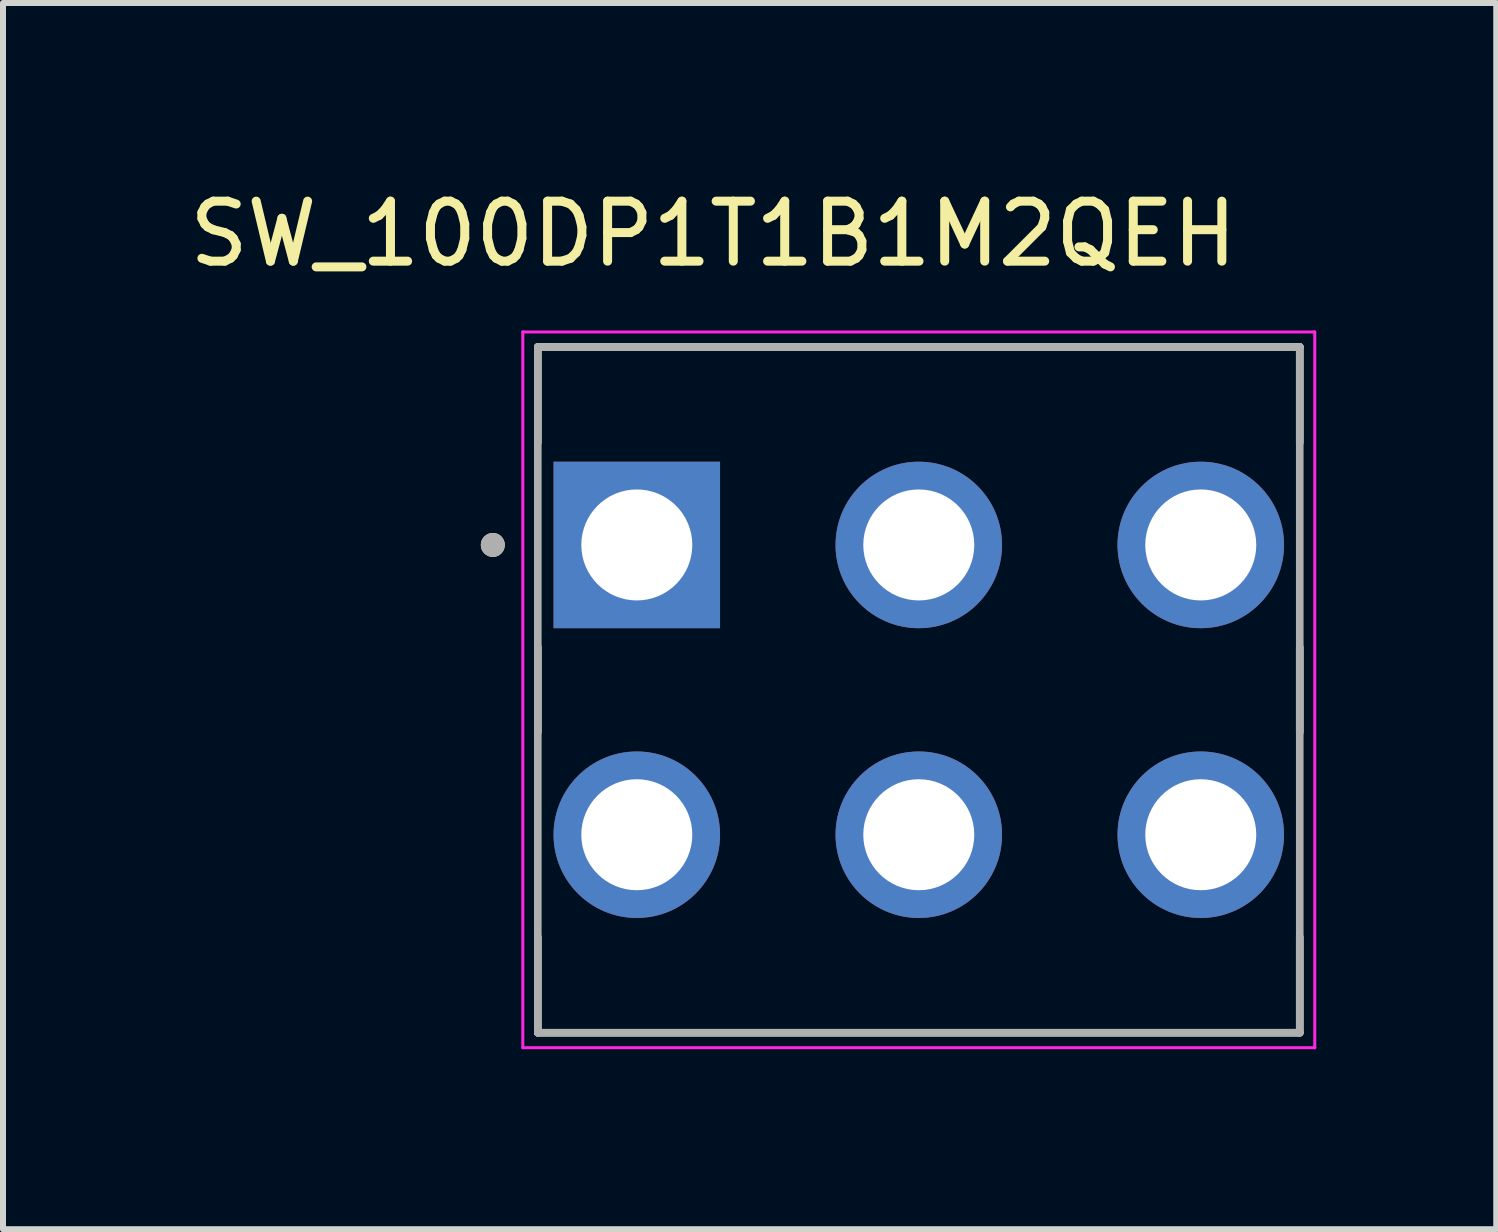
<source format=kicad_pcb>
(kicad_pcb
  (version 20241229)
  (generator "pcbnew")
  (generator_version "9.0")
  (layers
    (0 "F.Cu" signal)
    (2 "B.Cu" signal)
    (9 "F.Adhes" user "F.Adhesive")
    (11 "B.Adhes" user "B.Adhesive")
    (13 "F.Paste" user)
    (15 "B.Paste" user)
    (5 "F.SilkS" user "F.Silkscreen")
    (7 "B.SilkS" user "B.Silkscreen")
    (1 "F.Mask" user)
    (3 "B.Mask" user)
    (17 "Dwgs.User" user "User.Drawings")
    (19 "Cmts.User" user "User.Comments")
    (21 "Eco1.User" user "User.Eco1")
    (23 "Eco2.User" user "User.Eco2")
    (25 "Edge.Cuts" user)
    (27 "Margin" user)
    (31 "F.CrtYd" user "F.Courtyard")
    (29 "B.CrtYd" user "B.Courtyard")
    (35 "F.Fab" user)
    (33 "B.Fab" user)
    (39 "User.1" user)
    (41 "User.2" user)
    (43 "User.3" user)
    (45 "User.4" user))
  (footprint "SW_100DP1T1B1M2QEH"
    (layer "F.Cu")
    (at 12.264 8.448)
    (property "Reference" "SW_100DP1T1B1M2QEH" (at -3.425 -7.6 0) (layer "F.SilkS") (effects (font (size 1 1) (thickness 0.15))))
    (attr through_hole)
    (fp_line (start -6.35 -5.715) (end 6.35 -5.715) (stroke (width 0.127) (type solid)) (layer "F.SilkS"))
    (fp_line (start -6.35 -4.122) (end -6.35 -5.715) (stroke (width 0.127) (type solid)) (layer "F.SilkS"))
    (fp_line (start -6.35 -0.708) (end -6.35 0.708) (stroke (width 0.127) (type solid)) (layer "F.SilkS"))
    (fp_line (start -6.35 5.715) (end -6.35 4.122) (stroke (width 0.127) (type solid)) (layer "F.SilkS"))
    (fp_line (start 6.35 -5.715) (end 6.35 -4.122) (stroke (width 0.127) (type solid)) (layer "F.SilkS"))
    (fp_line (start 6.35 -0.708) (end 6.35 0.708) (stroke (width 0.127) (type solid)) (layer "F.SilkS"))
    (fp_line (start 6.35 5.715) (end -6.35 5.715) (stroke (width 0.127) (type solid)) (layer "F.SilkS"))
    (fp_line (start 6.35 5.715) (end 6.35 4.122) (stroke (width 0.127) (type solid)) (layer "F.SilkS"))
    (fp_circle (center -7.1 -2.415) (end -7 -2.415) (stroke (width 0.2) (type solid)) (fill no) (layer "F.SilkS"))
    (fp_line (start -6.6 -5.965) (end -6.6 5.965) (stroke (width 0.05) (type solid)) (layer "F.CrtYd"))
    (fp_line (start -6.6 5.965) (end 6.6 5.965) (stroke (width 0.05) (type solid)) (layer "F.CrtYd"))
    (fp_line (start 6.6 -5.965) (end -6.6 -5.965) (stroke (width 0.05) (type solid)) (layer "F.CrtYd"))
    (fp_line (start 6.6 5.965) (end 6.6 -5.965) (stroke (width 0.05) (type solid)) (layer "F.CrtYd"))
    (fp_line (start -6.35 -5.715) (end 6.35 -5.715) (stroke (width 0.127) (type solid)) (layer "F.Fab"))
    (fp_line (start -6.35 5.715) (end -6.35 -5.715) (stroke (width 0.127) (type solid)) (layer "F.Fab"))
    (fp_line (start 6.35 -5.715) (end 6.35 5.715) (stroke (width 0.127) (type solid)) (layer "F.Fab"))
    (fp_line (start 6.35 5.715) (end -6.35 5.715) (stroke (width 0.127) (type solid)) (layer "F.Fab"))
    (fp_circle (center -7.1 -2.415) (end -7 -2.415) (stroke (width 0.2) (type solid)) (fill no) (layer "F.Fab"))
    (pad "1" thru_hole rect (at -4.7 -2.415) (size 2.775 2.775) (drill 1.85) (layers "*.Cu" "*.Mask"))
    (pad "2" thru_hole circle (at 0 -2.415) (size 2.775 2.775) (drill 1.85) (layers "*.Cu" "*.Mask"))
    (pad "3" thru_hole circle (at 4.7 -2.415) (size 2.775 2.775) (drill 1.85) (layers "*.Cu" "*.Mask"))
    (pad "4" thru_hole circle (at -4.7 2.415) (size 2.775 2.775) (drill 1.85) (layers "*.Cu" "*.Mask"))
    (pad "5" thru_hole circle (at 0 2.415) (size 2.775 2.775) (drill 1.85) (layers "*.Cu" "*.Mask"))
    (pad "6" thru_hole circle (at 4.7 2.415) (size 2.775 2.775) (drill 1.85) (layers "*.Cu" "*.Mask")))
  (gr_rect
    (start -3 -3)
    (end 21.889 17.438)
    (stroke (width 0.1) (type default))
    (fill no)
    (layer "Edge.Cuts")))
</source>
